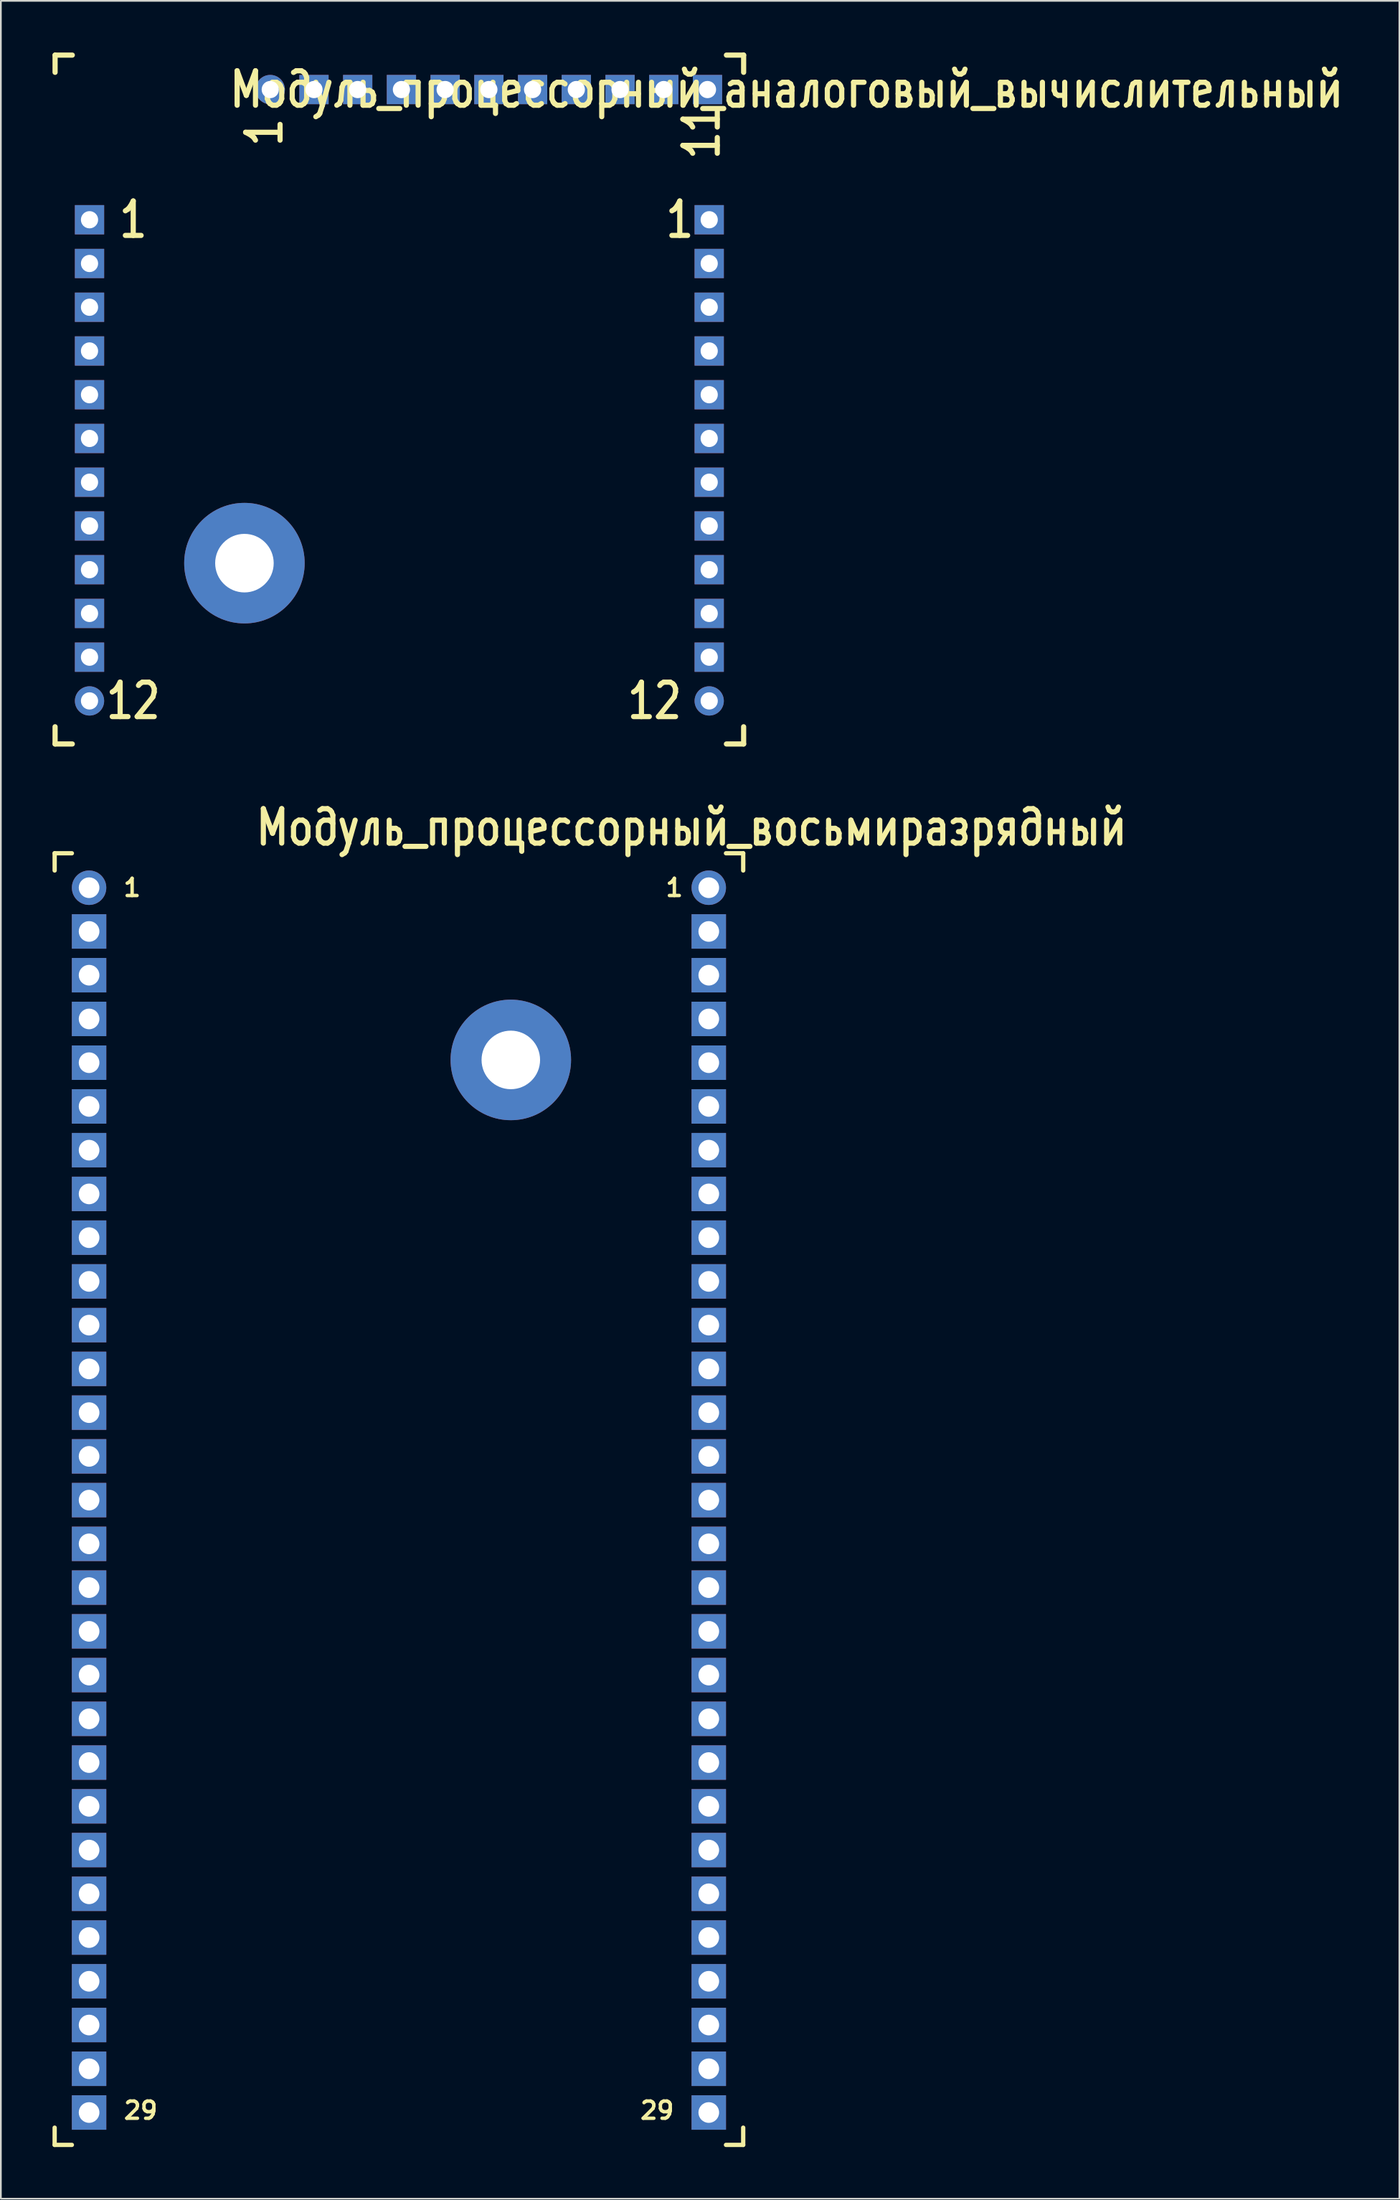
<source format=kicad_pcb>
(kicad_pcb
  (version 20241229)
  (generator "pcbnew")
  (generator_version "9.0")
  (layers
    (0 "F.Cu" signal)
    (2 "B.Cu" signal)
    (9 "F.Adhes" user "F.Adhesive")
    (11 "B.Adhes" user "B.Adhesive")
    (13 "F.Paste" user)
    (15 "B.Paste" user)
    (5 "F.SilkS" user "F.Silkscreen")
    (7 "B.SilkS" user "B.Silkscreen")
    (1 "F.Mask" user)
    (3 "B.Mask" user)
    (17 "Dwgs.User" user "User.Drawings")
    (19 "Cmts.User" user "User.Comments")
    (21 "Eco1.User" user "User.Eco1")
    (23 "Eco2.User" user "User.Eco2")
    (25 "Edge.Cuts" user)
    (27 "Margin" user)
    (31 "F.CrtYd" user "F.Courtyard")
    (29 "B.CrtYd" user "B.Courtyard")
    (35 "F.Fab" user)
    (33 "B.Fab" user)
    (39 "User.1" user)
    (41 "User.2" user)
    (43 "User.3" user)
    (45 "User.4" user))
  (footprint "Модуль_процессорный_восьмиразрядный"
    (layer "F.Cu")
    (at 2.125 48.496)
    (property "Reference" "Модуль_процессорный_восьмиразрядный" (at 35 -3.5 0) (layer "F.SilkS") (effects (font (size 2 1.6) (thickness 0.3))))
    (attr through_hole)
    (fp_line (start -2 -2) (end -2 -1) (stroke (width 0.25) (type solid)) (layer "F.SilkS"))
    (fp_line (start -2 -2) (end -1 -2) (stroke (width 0.25) (type solid)) (layer "F.SilkS"))
    (fp_line (start -2 73) (end -2 72) (stroke (width 0.25) (type solid)) (layer "F.SilkS"))
    (fp_line (start -2 73) (end -1 73) (stroke (width 0.25) (type solid)) (layer "F.SilkS"))
    (fp_line (start 38 -2) (end 37 -2) (stroke (width 0.25) (type solid)) (layer "F.SilkS"))
    (fp_line (start 38 -2) (end 38 -1) (stroke (width 0.25) (type solid)) (layer "F.SilkS"))
    (fp_line (start 38 73) (end 37 73) (stroke (width 0.25) (type solid)) (layer "F.SilkS"))
    (fp_line (start 38 73) (end 38 72) (stroke (width 0.25) (type solid)) (layer "F.SilkS"))
    (fp_text user "1" (at 34 0 0) (layer "F.SilkS") (effects (font (size 1 1) (thickness 0.2))))
    (fp_text user "29" (at 33 71 0) (layer "F.SilkS") (effects (font (size 1 1) (thickness 0.2))))
    (fp_text user "1" (at 2.5 0 0) (layer "F.SilkS") (effects (font (size 1 1) (thickness 0.2))))
    (fp_text user "29" (at 3 71 0) (layer "F.SilkS") (effects (font (size 1 1) (thickness 0.2))))
    (pad "" thru_hole circle (at 24.5 10) (size 7 7) (drill 3.4) (layers "*.Cu" "*.Mask"))
    (pad "1" thru_hole circle (at 0 0) (size 2 2) (drill 1.2) (layers "*.Cu" "*.Mask"))
    (pad "2" thru_hole rect (at 0 2.54) (size 2 2) (drill 1.2) (layers "*.Cu" "*.Mask"))
    (pad "3" thru_hole rect (at 0 5.08) (size 2 2) (drill 1.2) (layers "*.Cu" "*.Mask"))
    (pad "4" thru_hole rect (at 0 7.62) (size 2 2) (drill 1.2) (layers "*.Cu" "*.Mask"))
    (pad "5" thru_hole rect (at 0 10.16) (size 2 2) (drill 1.2) (layers "*.Cu" "*.Mask"))
    (pad "6" thru_hole rect (at 0 12.7) (size 2 2) (drill 1.2) (layers "*.Cu" "*.Mask"))
    (pad "7" thru_hole rect (at 0 15.24) (size 2 2) (drill 1.2) (layers "*.Cu" "*.Mask"))
    (pad "8" thru_hole rect (at 0 17.78) (size 2 2) (drill 1.2) (layers "*.Cu" "*.Mask"))
    (pad "9" thru_hole rect (at 0 20.32) (size 2 2) (drill 1.2) (layers "*.Cu" "*.Mask"))
    (pad "10" thru_hole rect (at 0 22.86) (size 2 2) (drill 1.2) (layers "*.Cu" "*.Mask"))
    (pad "11" thru_hole rect (at 0 25.4) (size 2 2) (drill 1.2) (layers "*.Cu" "*.Mask"))
    (pad "12" thru_hole rect (at 0 27.94) (size 2 2) (drill 1.2) (layers "*.Cu" "*.Mask"))
    (pad "13" thru_hole rect (at 0 30.48) (size 2 2) (drill 1.2) (layers "*.Cu" "*.Mask"))
    (pad "14" thru_hole rect (at 0 33.02) (size 2 2) (drill 1.2) (layers "*.Cu" "*.Mask"))
    (pad "15" thru_hole rect (at 0 35.56) (size 2 2) (drill 1.2) (layers "*.Cu" "*.Mask"))
    (pad "16" thru_hole rect (at 0 38.1) (size 2 2) (drill 1.2) (layers "*.Cu" "*.Mask"))
    (pad "17" thru_hole rect (at 0 40.64) (size 2 2) (drill 1.2) (layers "*.Cu" "*.Mask"))
    (pad "18" thru_hole rect (at 0 43.18) (size 2 2) (drill 1.2) (layers "*.Cu" "*.Mask"))
    (pad "19" thru_hole rect (at 0 45.72) (size 2 2) (drill 1.2) (layers "*.Cu" "*.Mask"))
    (pad "20" thru_hole rect (at 0 48.26) (size 2 2) (drill 1.2) (layers "*.Cu" "*.Mask"))
    (pad "21" thru_hole rect (at 0 50.8) (size 2 2) (drill 1.2) (layers "*.Cu" "*.Mask"))
    (pad "22" thru_hole rect (at 0 53.34) (size 2 2) (drill 1.2) (layers "*.Cu" "*.Mask"))
    (pad "23" thru_hole rect (at 0 55.88) (size 2 2) (drill 1.2) (layers "*.Cu" "*.Mask"))
    (pad "24" thru_hole rect (at 0 58.42) (size 2 2) (drill 1.2) (layers "*.Cu" "*.Mask"))
    (pad "25" thru_hole rect (at 0 60.96) (size 2 2) (drill 1.2) (layers "*.Cu" "*.Mask"))
    (pad "26" thru_hole rect (at 0 63.5) (size 2 2) (drill 1.2) (layers "*.Cu" "*.Mask"))
    (pad "27" thru_hole rect (at 0 66.04) (size 2 2) (drill 1.2) (layers "*.Cu" "*.Mask"))
    (pad "28" thru_hole rect (at 0 68.58) (size 2 2) (drill 1.2) (layers "*.Cu" "*.Mask"))
    (pad "29" thru_hole rect (at 0 71.12) (size 2 2) (drill 1.2) (layers "*.Cu" "*.Mask"))
    (pad "30" thru_hole circle (at 36 0) (size 2 2) (drill 1.2) (layers "*.Cu" "*.Mask"))
    (pad "31" thru_hole rect (at 36 2.54) (size 2 2) (drill 1.2) (layers "*.Cu" "*.Mask"))
    (pad "32" thru_hole rect (at 36 5.08) (size 2 2) (drill 1.2) (layers "*.Cu" "*.Mask"))
    (pad "33" thru_hole rect (at 36 7.62) (size 2 2) (drill 1.2) (layers "*.Cu" "*.Mask"))
    (pad "34" thru_hole rect (at 36 10.16) (size 2 2) (drill 1.2) (layers "*.Cu" "*.Mask"))
    (pad "35" thru_hole rect (at 36 12.7) (size 2 2) (drill 1.2) (layers "*.Cu" "*.Mask"))
    (pad "36" thru_hole rect (at 36 15.24) (size 2 2) (drill 1.2) (layers "*.Cu" "*.Mask"))
    (pad "37" thru_hole rect (at 36 17.78) (size 2 2) (drill 1.2) (layers "*.Cu" "*.Mask"))
    (pad "38" thru_hole rect (at 36 20.32) (size 2 2) (drill 1.2) (layers "*.Cu" "*.Mask"))
    (pad "39" thru_hole rect (at 36 22.86) (size 2 2) (drill 1.2) (layers "*.Cu" "*.Mask"))
    (pad "40" thru_hole rect (at 36 25.4) (size 2 2) (drill 1.2) (layers "*.Cu" "*.Mask"))
    (pad "41" thru_hole rect (at 36 27.94) (size 2 2) (drill 1.2) (layers "*.Cu" "*.Mask"))
    (pad "42" thru_hole rect (at 36 30.48) (size 2 2) (drill 1.2) (layers "*.Cu" "*.Mask"))
    (pad "43" thru_hole rect (at 36 33.02) (size 2 2) (drill 1.2) (layers "*.Cu" "*.Mask"))
    (pad "44" thru_hole rect (at 36 35.56) (size 2 2) (drill 1.2) (layers "*.Cu" "*.Mask"))
    (pad "45" thru_hole rect (at 36 38.1) (size 2 2) (drill 1.2) (layers "*.Cu" "*.Mask"))
    (pad "46" thru_hole rect (at 36 40.64) (size 2 2) (drill 1.2) (layers "*.Cu" "*.Mask"))
    (pad "47" thru_hole rect (at 36 43.18) (size 2 2) (drill 1.2) (layers "*.Cu" "*.Mask"))
    (pad "48" thru_hole rect (at 36 45.72) (size 2 2) (drill 1.2) (layers "*.Cu" "*.Mask"))
    (pad "49" thru_hole rect (at 36 48.26) (size 2 2) (drill 1.2) (layers "*.Cu" "*.Mask"))
    (pad "50" thru_hole rect (at 36 50.8) (size 2 2) (drill 1.2) (layers "*.Cu" "*.Mask"))
    (pad "51" thru_hole rect (at 36 53.34) (size 2 2) (drill 1.2) (layers "*.Cu" "*.Mask"))
    (pad "52" thru_hole rect (at 36 55.88) (size 2 2) (drill 1.2) (layers "*.Cu" "*.Mask"))
    (pad "53" thru_hole rect (at 36 58.42) (size 2 2) (drill 1.2) (layers "*.Cu" "*.Mask"))
    (pad "54" thru_hole rect (at 36 60.96) (size 2 2) (drill 1.2) (layers "*.Cu" "*.Mask"))
    (pad "55" thru_hole rect (at 36 63.5) (size 2 2) (drill 1.2) (layers "*.Cu" "*.Mask"))
    (pad "56" thru_hole rect (at 36 66.04) (size 2 2) (drill 1.2) (layers "*.Cu" "*.Mask"))
    (pad "57" thru_hole rect (at 36 68.58) (size 2 2) (drill 1.2) (layers "*.Cu" "*.Mask"))
    (pad "58" thru_hole rect (at 36 71.12) (size 2 2) (drill 1.2) (layers "*.Cu" "*.Mask")))
  (footprint "Модуль_процессорный_аналоговый_вычислительный"
    (layer "F.Cu")
    (at 2.15 37.65)
    (property "Reference" "Модуль_процессорный_аналоговый_вычислительный" (at 40.5 -35.5 0) (layer "F.SilkS") (effects (font (size 2 1.6) (thickness 0.3))))
    (attr through_hole)
    (fp_line (start -2 -37.5) (end -2 -36.5) (stroke (width 0.3) (type solid)) (layer "F.SilkS"))
    (fp_line (start -2 -37.5) (end -1 -37.5) (stroke (width 0.3) (type solid)) (layer "F.SilkS"))
    (fp_line (start -2 2.5) (end -2 1.5) (stroke (width 0.3) (type solid)) (layer "F.SilkS"))
    (fp_line (start -2 2.5) (end -1 2.5) (stroke (width 0.3) (type solid)) (layer "F.SilkS"))
    (fp_line (start 38 -37.5) (end 37 -37.5) (stroke (width 0.3) (type solid)) (layer "F.SilkS"))
    (fp_line (start 38 -37.5) (end 38 -36.5) (stroke (width 0.3) (type solid)) (layer "F.SilkS"))
    (fp_line (start 38 2.5) (end 37 2.5) (stroke (width 0.3) (type solid)) (layer "F.SilkS"))
    (fp_line (start 38 2.5) (end 38 1.5) (stroke (width 0.3) (type solid)) (layer "F.SilkS"))
    (fp_text user "1" (at 10.16 -33.02 90) (layer "F.SilkS") (effects (font (size 2 1.6) (thickness 0.3))))
    (fp_text user "12" (at 2.54 0 0) (layer "F.SilkS") (effects (font (size 2 1.6) (thickness 0.3))))
    (fp_text user "11" (at 35.56 -33.02 90) (layer "F.SilkS") (effects (font (size 2 1.6) (thickness 0.3))))
    (fp_text user "1" (at 34.29 -27.94 0) (layer "F.SilkS") (effects (font (size 2 1.6) (thickness 0.3))))
    (fp_text user "1" (at 2.54 -27.94 0) (layer "F.SilkS") (effects (font (size 2 1.6) (thickness 0.3))))
    (fp_text user "12" (at 32.825 0 0) (layer "F.SilkS") (effects (font (size 2 1.6) (thickness 0.3))))
    (pad "0" thru_hole circle (at 9 -8) (size 7 7) (drill 3.4) (layers "*.Cu" "*.Mask"))
    (pad "1" thru_hole rect (at 0 -27.94) (size 1.7 1.7) (drill 1) (layers "*.Cu" "*.Mask"))
    (pad "2" thru_hole rect (at 0 -25.4) (size 1.7 1.7) (drill 1) (layers "*.Cu" "*.Mask"))
    (pad "3" thru_hole rect (at 0 -22.86) (size 1.7 1.7) (drill 1) (layers "*.Cu" "*.Mask"))
    (pad "4" thru_hole rect (at 0 -20.32) (size 1.7 1.7) (drill 1) (layers "*.Cu" "*.Mask"))
    (pad "5" thru_hole rect (at 0 -17.78) (size 1.7 1.7) (drill 1) (layers "*.Cu" "*.Mask"))
    (pad "6" thru_hole rect (at 0 -15.24) (size 1.7 1.7) (drill 1) (layers "*.Cu" "*.Mask"))
    (pad "7" thru_hole rect (at 0 -12.7) (size 1.7 1.7) (drill 1) (layers "*.Cu" "*.Mask"))
    (pad "8" thru_hole rect (at 0 -10.16) (size 1.7 1.7) (drill 1) (layers "*.Cu" "*.Mask"))
    (pad "9" thru_hole rect (at 0 -7.62) (size 1.7 1.7) (drill 1) (layers "*.Cu" "*.Mask"))
    (pad "10" thru_hole rect (at 0 -5.08) (size 1.7 1.7) (drill 1) (layers "*.Cu" "*.Mask"))
    (pad "11" thru_hole rect (at 0 -2.54) (size 1.7 1.7) (drill 1) (layers "*.Cu" "*.Mask"))
    (pad "12" thru_hole circle (at 0 0) (size 1.7 1.7) (drill 1) (layers "*.Cu" "*.Mask"))
    (pad "13" thru_hole circle (at 36 0) (size 1.7 1.7) (drill 1) (layers "*.Cu" "*.Mask"))
    (pad "14" thru_hole rect (at 36 -2.54) (size 1.7 1.7) (drill 1) (layers "*.Cu" "*.Mask"))
    (pad "15" thru_hole rect (at 36 -5.08) (size 1.7 1.7) (drill 1) (layers "*.Cu" "*.Mask"))
    (pad "16" thru_hole rect (at 36 -7.62) (size 1.7 1.7) (drill 1) (layers "*.Cu" "*.Mask"))
    (pad "17" thru_hole rect (at 36 -10.16) (size 1.7 1.7) (drill 1) (layers "*.Cu" "*.Mask"))
    (pad "18" thru_hole rect (at 36 -12.7) (size 1.7 1.7) (drill 1) (layers "*.Cu" "*.Mask"))
    (pad "19" thru_hole rect (at 36 -15.24) (size 1.7 1.7) (drill 1) (layers "*.Cu" "*.Mask"))
    (pad "20" thru_hole rect (at 36 -17.78) (size 1.7 1.7) (drill 1) (layers "*.Cu" "*.Mask"))
    (pad "21" thru_hole rect (at 36 -20.32) (size 1.7 1.7) (drill 1) (layers "*.Cu" "*.Mask"))
    (pad "22" thru_hole rect (at 36 -22.86) (size 1.7 1.7) (drill 1) (layers "*.Cu" "*.Mask"))
    (pad "23" thru_hole rect (at 36 -25.4) (size 1.7 1.7) (drill 1) (layers "*.Cu" "*.Mask"))
    (pad "24" thru_hole rect (at 36 -27.94) (size 1.7 1.7) (drill 1) (layers "*.Cu" "*.Mask"))
    (pad "25" thru_hole rect (at 35.9 -35.5) (size 1.7 1.7) (drill 1) (layers "*.Cu" "*.Mask"))
    (pad "26" thru_hole rect (at 33.36 -35.5) (size 1.7 1.7) (drill 1) (layers "*.Cu" "*.Mask"))
    (pad "27" thru_hole rect (at 30.82 -35.5) (size 1.7 1.7) (drill 1) (layers "*.Cu" "*.Mask"))
    (pad "28" thru_hole rect (at 28.28 -35.5) (size 1.7 1.7) (drill 1) (layers "*.Cu" "*.Mask"))
    (pad "29" thru_hole rect (at 25.74 -35.5) (size 1.7 1.7) (drill 1) (layers "*.Cu" "*.Mask"))
    (pad "30" thru_hole rect (at 23.2 -35.5) (size 1.7 1.7) (drill 1) (layers "*.Cu" "*.Mask"))
    (pad "31" thru_hole rect (at 20.66 -35.5) (size 1.7 1.7) (drill 1) (layers "*.Cu" "*.Mask"))
    (pad "32" thru_hole rect (at 18.12 -35.5) (size 1.7 1.7) (drill 1) (layers "*.Cu" "*.Mask"))
    (pad "33" thru_hole rect (at 15.58 -35.5) (size 1.7 1.7) (drill 1) (layers "*.Cu" "*.Mask"))
    (pad "34" thru_hole rect (at 13.04 -35.5) (size 1.7 1.7) (drill 1) (layers "*.Cu" "*.Mask"))
    (pad "35" thru_hole circle (at 10.5 -35.5) (size 1.7 1.7) (drill 1) (layers "*.Cu" "*.Mask")))
  (gr_rect
    (start -3 -3)
    (end 78.245 124.621)
    (stroke (width 0.1) (type default))
    (fill no)
    (layer "Edge.Cuts")))
</source>
